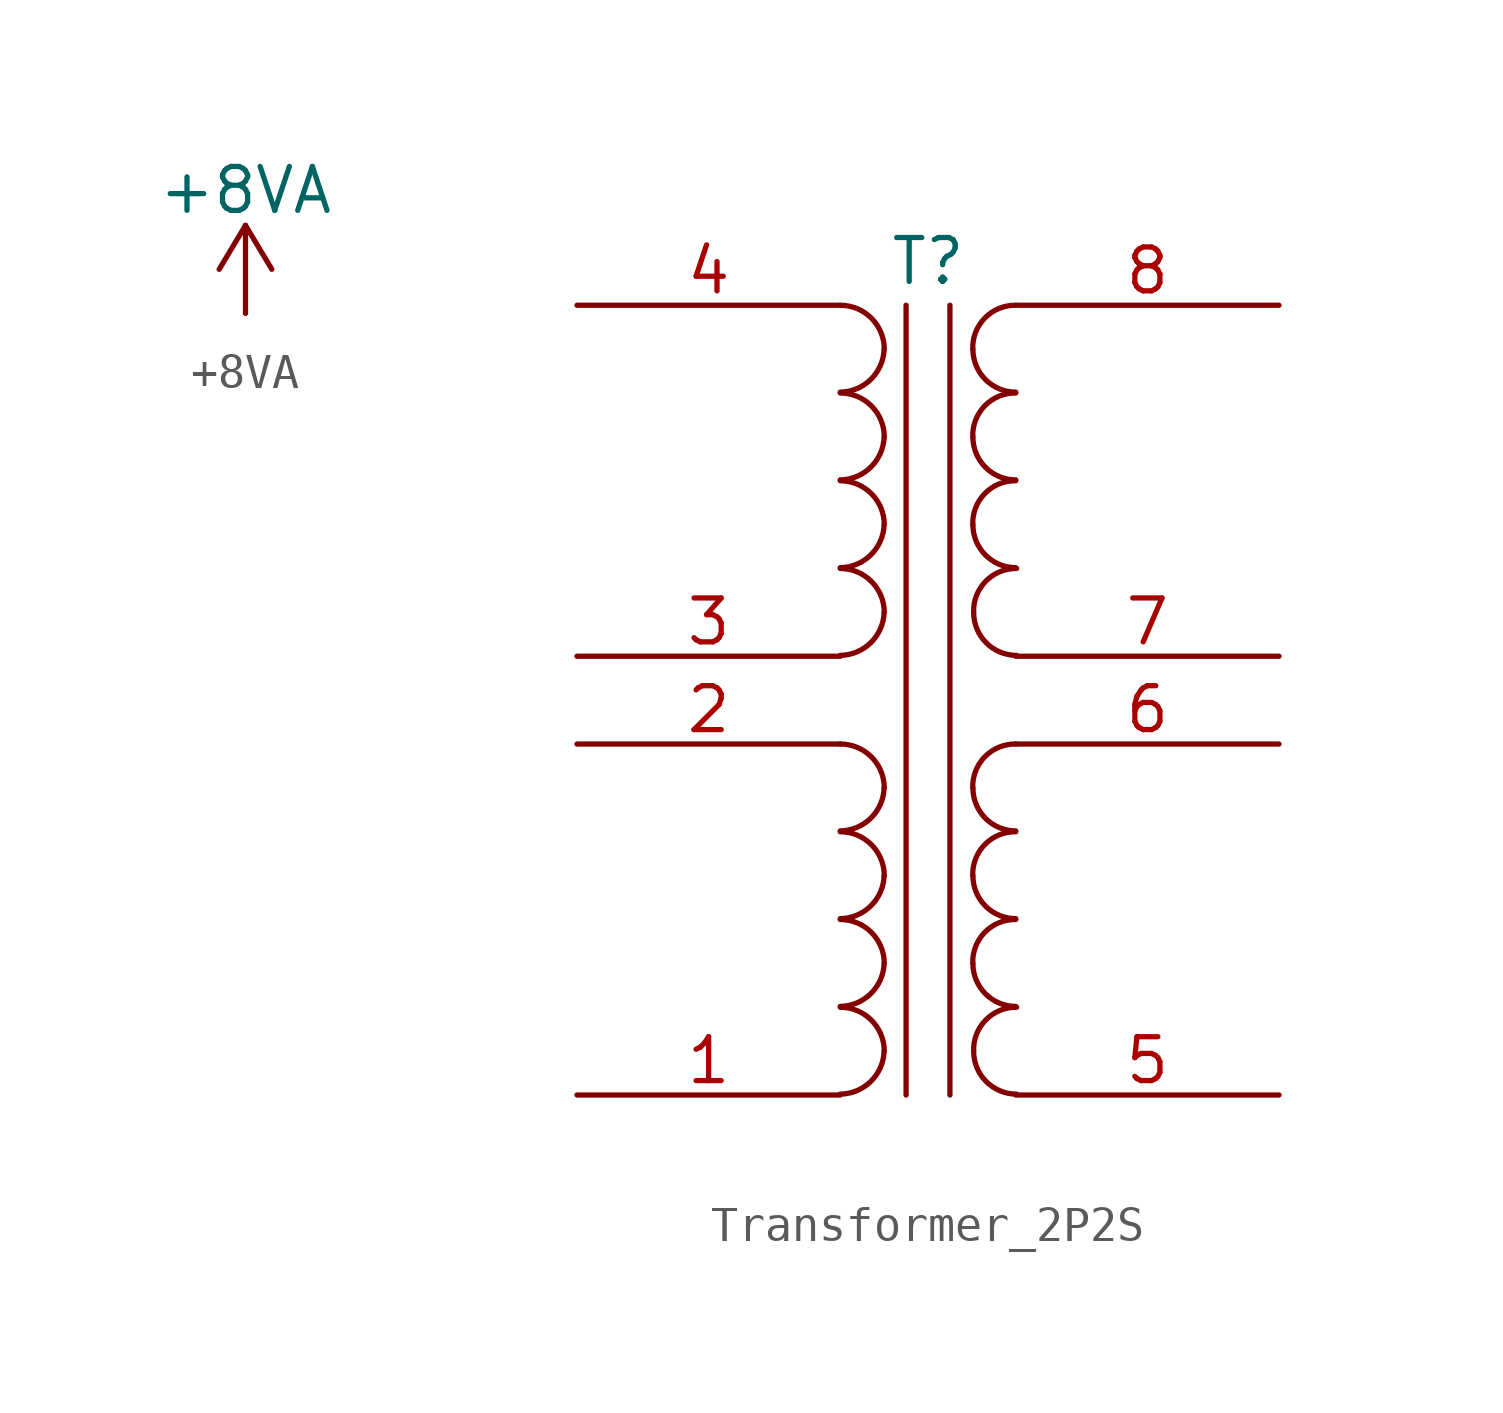
<source format=kicad_sym>
(kicad_symbol_lib
  (version 20231120)
  (generator "kicad_symbol_editor")
  (generator_version "8.0")
  (symbol "+8VA"
    (power)
    (pin_numbers hide)
    (pin_names
      (offset 0) hide)
    (property "Reference" "#PWR"
      (at 0 -3.81 0)
      (effects (font (size 1.27 1.27)) (hide yes)))
    (property "Value" "+8VA"
      (at 0 3.556 0)
      (effects (font (size 1.27 1.27))))
    (symbol "+8VA_0_1"
      (polyline (pts (xy -0.762 1.27) (xy 0 2.54)) (stroke (width 0) (type default)) (fill (type none)))
      (polyline (pts (xy 0 0) (xy 0 2.54)) (stroke (width 0) (type default)) (fill (type none)))
      (polyline (pts (xy 0 2.54) (xy 0.762 1.27)) (stroke (width 0) (type default)) (fill (type none))))
    (symbol "+8VA_1_1"
      (pin power_in line (at 0 0 90) (length 0) (name "~" (effects (font (size 1.27 1.27)))) (number "1" (effects (font (size 1.27 1.27)))))))
  (symbol "Transformer_2P2S"
    (property "Reference" "T"
      (at 0 12.7 0)
      (effects (font (size 1.27 1.27))))
    (property "Value" ""
      (at 0 7.62 0)
      (effects (font (size 1.27 1.27))))
    (symbol "Transformer_2P2S_0_1"
      (arc (start -2.54 -11.4046) (mid -1.6561 -11.0363) (end -1.27 -10.16) (stroke (width 0) (type default)) (fill (type none)))
      (arc (start -2.54 -8.8646) (mid -1.6561 -8.4963) (end -1.27 -7.62) (stroke (width 0) (type default)) (fill (type none)))
      (arc (start -2.54 -6.3246) (mid -1.6561 -5.9563) (end -1.27 -5.08) (stroke (width 0) (type default)) (fill (type none)))
      (arc (start -2.54 -3.7846) (mid -1.6561 -3.4163) (end -1.27 -2.54) (stroke (width 0) (type default)) (fill (type none)))
      (arc (start -2.54 1.2954) (mid -1.6561 1.6637) (end -1.27 2.54) (stroke (width 0) (type default)) (fill (type none)))
      (arc (start -2.54 3.8354) (mid -1.6561 4.2037) (end -1.27 5.08) (stroke (width 0) (type default)) (fill (type none)))
      (arc (start -2.54 6.3754) (mid -1.6561 6.7437) (end -1.27 7.62) (stroke (width 0) (type default)) (fill (type none)))
      (arc (start -2.54 8.9154) (mid -1.6561 9.2837) (end -1.27 10.16) (stroke (width 0) (type default)) (fill (type none)))
      (arc (start -1.27 -10.16) (mid -1.642 -9.262) (end -2.54 -8.89) (stroke (width 0) (type default)) (fill (type none)))
      (arc (start -1.27 -7.62) (mid -1.642 -6.722) (end -2.54 -6.35) (stroke (width 0) (type default)) (fill (type none)))
      (arc (start -1.27 -5.08) (mid -1.642 -4.182) (end -2.54 -3.81) (stroke (width 0) (type default)) (fill (type none)))
      (arc (start -1.27 -2.54) (mid -1.642 -1.642) (end -2.54 -1.27) (stroke (width 0) (type default)) (fill (type none)))
      (arc (start -1.27 2.54) (mid -1.642 3.438) (end -2.54 3.81) (stroke (width 0) (type default)) (fill (type none)))
      (arc (start -1.27 5.08) (mid -1.642 5.978) (end -2.54 6.35) (stroke (width 0) (type default)) (fill (type none)))
      (arc (start -1.27 7.62) (mid -1.642 8.518) (end -2.54 8.89) (stroke (width 0) (type default)) (fill (type none)))
      (arc (start -1.27 10.16) (mid -1.642 11.058) (end -2.54 11.43) (stroke (width 0) (type default)) (fill (type none)))
      (polyline (pts (xy -0.635 11.43) (xy -0.635 -11.43)) (stroke (width 0) (type default)) (fill (type none)))
      (polyline (pts (xy 0.635 -11.43) (xy 0.635 11.43)) (stroke (width 0) (type default)) (fill (type none)))
      (arc (start 1.2954 -7.62) (mid 1.6599 -8.5001) (end 2.54 -8.8646) (stroke (width 0) (type default)) (fill (type none)))
      (arc (start 1.2954 -5.08) (mid 1.6599 -5.9601) (end 2.54 -6.3246) (stroke (width 0) (type default)) (fill (type none)))
      (arc (start 1.2954 -2.54) (mid 1.6599 -3.4201) (end 2.54 -3.7846) (stroke (width 0) (type default)) (fill (type none)))
      (arc (start 1.2954 5.08) (mid 1.6599 4.1999) (end 2.54 3.8354) (stroke (width 0) (type default)) (fill (type none)))
      (arc (start 1.2954 7.62) (mid 1.6599 6.7399) (end 2.54 6.3754) (stroke (width 0) (type default)) (fill (type none)))
      (arc (start 1.2954 10.16) (mid 1.6599 9.2799) (end 2.54 8.9154) (stroke (width 0) (type default)) (fill (type none)))
      (arc (start 1.3208 -10.16) (mid 1.6854 -11.0399) (end 2.5654 -11.4046) (stroke (width 0) (type default)) (fill (type none)))
      (arc (start 1.3208 2.54) (mid 1.6854 1.6601) (end 2.5654 1.2954) (stroke (width 0) (type default)) (fill (type none)))
      (arc (start 2.54 -6.35) (mid 1.6458 -6.7185) (end 1.2954 -7.62) (stroke (width 0) (type default)) (fill (type none)))
      (arc (start 2.54 -3.81) (mid 1.6458 -4.1785) (end 1.2954 -5.08) (stroke (width 0) (type default)) (fill (type none)))
      (arc (start 2.54 -1.27) (mid 1.6458 -1.6385) (end 1.2954 -2.54) (stroke (width 0) (type default)) (fill (type none)))
      (arc (start 2.54 6.35) (mid 1.6458 5.9815) (end 1.2954 5.08) (stroke (width 0) (type default)) (fill (type none)))
      (arc (start 2.54 8.89) (mid 1.6458 8.5215) (end 1.2954 7.62) (stroke (width 0) (type default)) (fill (type none)))
      (arc (start 2.54 11.43) (mid 1.6458 11.0615) (end 1.2954 10.16) (stroke (width 0) (type default)) (fill (type none)))
      (arc (start 2.5654 -8.89) (mid 1.6709 -9.2583) (end 1.3208 -10.16) (stroke (width 0) (type default)) (fill (type none)))
      (arc (start 2.5654 3.81) (mid 1.6709 3.4417) (end 1.3208 2.54) (stroke (width 0) (type default)) (fill (type none))))
    (symbol "Transformer_2P2S_1_1"
      (pin passive line (at -10.16 -11.43 0) (length 7.62) (name "" (effects (font (size 1.27 1.27)))) (number "1" (effects (font (size 1.27 1.27)))))
      (pin passive line (at -10.16 -1.27 0) (length 7.62) (name "" (effects (font (size 1.27 1.27)))) (number "2" (effects (font (size 1.27 1.27)))))
      (pin passive line (at -10.16 1.27 0) (length 7.62) (name "" (effects (font (size 1.27 1.27)))) (number "3" (effects (font (size 1.27 1.27)))))
      (pin passive line (at -10.16 11.43 0) (length 7.62) (name "" (effects (font (size 1.27 1.27)))) (number "4" (effects (font (size 1.27 1.27)))))
      (pin passive line (at 10.16 -11.43 180) (length 7.62) (name "" (effects (font (size 1.27 1.27)))) (number "5" (effects (font (size 1.27 1.27)))))
      (pin passive line (at 10.16 -1.27 180) (length 7.62) (name "" (effects (font (size 1.27 1.27)))) (number "6" (effects (font (size 1.27 1.27)))))
      (pin passive line (at 10.16 1.27 180) (length 7.62) (name "" (effects (font (size 1.27 1.27)))) (number "7" (effects (font (size 1.27 1.27)))))
      (pin passive line (at 10.16 11.43 180) (length 7.62) (name "" (effects (font (size 1.27 1.27)))) (number "8" (effects (font (size 1.27 1.27))))))))
</source>
